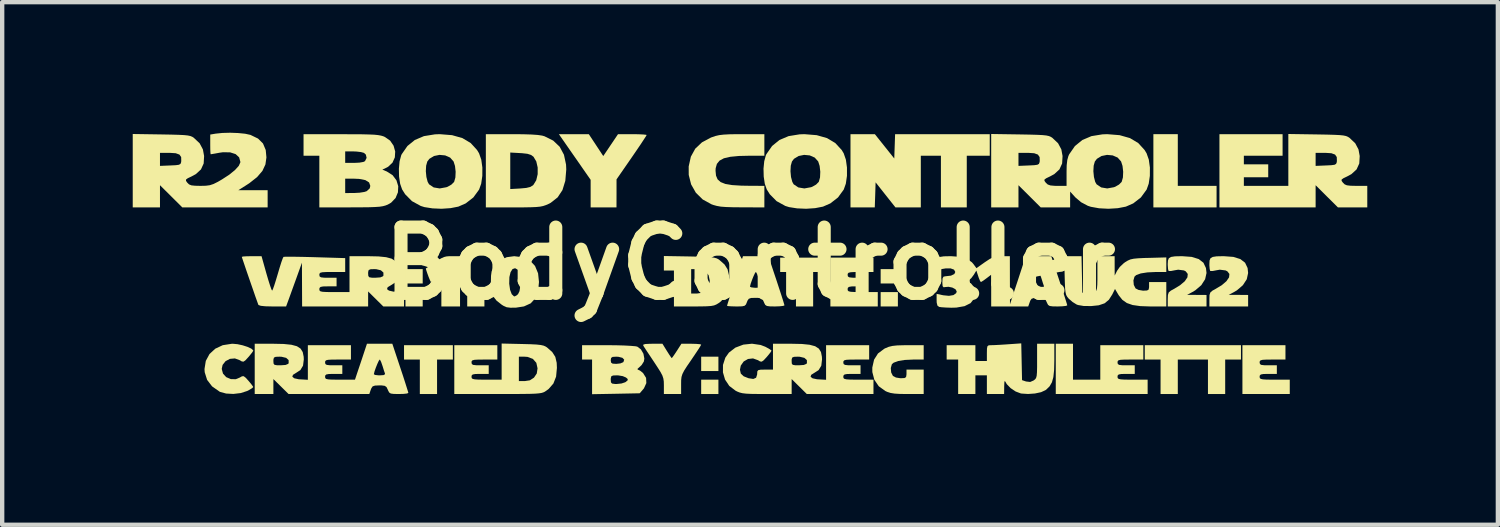
<source format=kicad_pcb>
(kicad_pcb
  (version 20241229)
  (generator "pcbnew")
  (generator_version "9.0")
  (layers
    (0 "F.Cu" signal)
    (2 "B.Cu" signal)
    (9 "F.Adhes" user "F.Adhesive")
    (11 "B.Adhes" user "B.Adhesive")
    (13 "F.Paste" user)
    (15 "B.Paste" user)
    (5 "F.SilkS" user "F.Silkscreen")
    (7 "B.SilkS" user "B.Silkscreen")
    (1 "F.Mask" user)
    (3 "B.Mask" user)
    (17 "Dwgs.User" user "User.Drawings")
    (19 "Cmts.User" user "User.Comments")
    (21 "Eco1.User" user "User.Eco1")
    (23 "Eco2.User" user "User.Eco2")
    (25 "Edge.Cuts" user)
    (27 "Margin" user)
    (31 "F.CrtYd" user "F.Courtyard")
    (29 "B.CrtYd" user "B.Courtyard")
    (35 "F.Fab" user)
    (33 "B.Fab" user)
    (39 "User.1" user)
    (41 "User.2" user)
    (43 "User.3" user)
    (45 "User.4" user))
  (footprint "BodyController"
    (layer "F.Cu")
    (at 14.184 3.002)
    (property "Reference" "BodyController" (at 0 0 0) (layer "F.SilkS") (effects (font (size 1.524 1.524) (thickness 0.3))))
    (attr board_only exclude_from_pos_files exclude_from_bom)
    (fp_poly (pts (xy -7.521 0.462) (xy -7.917 0.462) (xy -7.917 0.132) (xy -7.521 0.132)) (stroke (width 0) (type solid)) (fill yes) (layer "F.SilkS"))
    (fp_poly (pts (xy -7.521 0.99) (xy -7.917 0.99) (xy -7.917 0.66) (xy -7.521 0.66)) (stroke (width 0) (type solid)) (fill yes) (layer "F.SilkS"))
    (fp_poly (pts (xy -6.103 0.99) (xy -6.498 0.99) (xy -6.498 0.66) (xy -6.103 0.66)) (stroke (width 0) (type solid)) (fill yes) (layer "F.SilkS"))
    (fp_poly (pts (xy -0.726 2.474) (xy -1.122 2.474) (xy -1.122 2.144) (xy -0.726 2.144)) (stroke (width 0) (type solid)) (fill yes) (layer "F.SilkS"))
    (fp_poly (pts (xy -0.726 3.002) (xy -1.122 3.002) (xy -1.122 2.672) (xy -0.726 2.672)) (stroke (width 0) (type solid)) (fill yes) (layer "F.SilkS"))
    (fp_poly (pts (xy 3.398 0.462) (xy 3.002 0.462) (xy 3.002 0.132) (xy 3.398 0.132)) (stroke (width 0) (type solid)) (fill yes) (layer "F.SilkS"))
    (fp_poly (pts (xy 3.398 0.99) (xy 3.002 0.99) (xy 3.002 0.66) (xy 3.398 0.66)) (stroke (width 0) (type solid)) (fill yes) (layer "F.SilkS"))
    (fp_poly (pts (xy 9.83 -1.781) (xy 10.721 -1.781) (xy 10.721 -1.286) (xy 9.269 -1.286) (xy 9.269 -2.969) (xy 9.83 -2.969)) (stroke (width 0) (type solid)) (fill yes) (layer "F.SilkS"))
    (fp_poly (pts (xy -6.828 2.21) (xy -7.191 2.21) (xy -7.191 3.002) (xy -7.587 3.002) (xy -7.587 2.21) (xy -7.95 2.21) (xy -7.95 1.88) (xy -6.828 1.88)) (stroke (width 0) (type solid)) (fill yes) (layer "F.SilkS"))
    (fp_poly (pts (xy 1.814 0.198) (xy 1.451 0.198) (xy 1.451 0.99) (xy 1.056 0.99) (xy 1.056 0.198) (xy 0.693 0.198) (xy 0.693 -0.132) (xy 1.814 -0.132)) (stroke (width 0) (type solid)) (fill yes) (layer "F.SilkS"))
    (fp_poly (pts (xy 11.282 2.21) (xy 10.919 2.21) (xy 10.919 3.002) (xy 10.523 3.002) (xy 10.523 2.21) (xy 9.83 2.21) (xy 9.83 3.002) (xy 9.434 3.002) (xy 9.434 2.21) (xy 9.071 2.21) (xy 9.071 1.88) (xy 11.282 1.88)) (stroke (width 0) (type solid)) (fill yes) (layer "F.SilkS"))
    (fp_poly (pts (xy 3.315 -2.41) (xy 3.334 -2.969) (xy 5.509 -2.969) (xy 5.509 -2.474) (xy 4.981 -2.474) (xy 4.981 -1.286) (xy 4.387 -1.286) (xy 4.387 -2.474) (xy 3.925 -2.474) (xy 3.925 -1.286) (xy 3.342 -1.286) (xy 3.114 -1.574) (xy 2.886 -1.862) (xy 2.877 -1.574) (xy 2.867 -1.286) (xy 2.309 -1.286) (xy 2.309 -2.969) (xy 2.869 -2.969)) (stroke (width 0) (type solid)) (fill yes) (layer "F.SilkS"))
    (fp_poly (pts (xy -6.663 0.99) (xy -7.092 0.99) (xy -7.092 0.261) (xy -7.209 0.349) (xy -7.28 0.4) (xy -7.327 0.425) (xy -7.335 0.425) (xy -7.355 0.385) (xy -7.385 0.312) (xy -7.416 0.227) (xy -7.44 0.155) (xy -7.449 0.118) (xy -7.448 0.117) (xy -7.292 0.009) (xy -7.178 -0.067) (xy -7.095 -0.117) (xy -7.031 -0.146) (xy -6.974 -0.16) (xy -6.912 -0.165) (xy -6.852 -0.165) (xy -6.663 -0.165)) (stroke (width 0) (type solid)) (fill yes) (layer "F.SilkS"))
    (fp_poly (pts (xy -3.538 -2.718) (xy -3.372 -2.466) (xy -3.033 -2.969) (xy -2.704 -2.969) (xy -2.566 -2.967) (xy -2.456 -2.962) (xy -2.389 -2.955) (xy -2.375 -2.95) (xy -2.393 -2.918) (xy -2.443 -2.841) (xy -2.518 -2.727) (xy -2.614 -2.586) (xy -2.721 -2.43) (xy -3.067 -1.93) (xy -3.067 -1.608) (xy -3.068 -1.286) (xy -3.662 -1.286) (xy -3.662 -1.92) (xy -3.843 -2.18) (xy -3.951 -2.336) (xy -4.074 -2.512) (xy -4.188 -2.676) (xy -4.208 -2.705) (xy -4.392 -2.969) (xy -3.704 -2.969)) (stroke (width 0) (type solid)) (fill yes) (layer "F.SilkS"))
    (fp_poly (pts (xy 2.837 0.198) (xy 2.54 0.198) (xy 2.399 0.199) (xy 2.311 0.204) (xy 2.264 0.216) (xy 2.246 0.238) (xy 2.243 0.264) (xy 2.25 0.301) (xy 2.282 0.321) (xy 2.353 0.329) (xy 2.441 0.33) (xy 2.639 0.33) (xy 2.639 0.528) (xy 2.441 0.528) (xy 2.33 0.53) (xy 2.271 0.541) (xy 2.247 0.565) (xy 2.243 0.594) (xy 2.247 0.623) (xy 2.268 0.642) (xy 2.317 0.653) (xy 2.406 0.658) (xy 2.546 0.66) (xy 2.589 0.66) (xy 2.936 0.66) (xy 2.936 0.99) (xy 1.847 0.99) (xy 1.847 -0.132) (xy 2.837 -0.132)) (stroke (width 0) (type solid)) (fill yes) (layer "F.SilkS"))
    (fp_poly (pts (xy 12.304 2.21) (xy 12.007 2.21) (xy 11.866 2.211) (xy 11.779 2.216) (xy 11.732 2.228) (xy 11.713 2.25) (xy 11.71 2.276) (xy 11.718 2.313) (xy 11.749 2.333) (xy 11.821 2.341) (xy 11.908 2.342) (xy 12.106 2.342) (xy 12.106 2.54) (xy 11.908 2.54) (xy 11.798 2.542) (xy 11.738 2.553) (xy 11.714 2.577) (xy 11.71 2.606) (xy 11.715 2.635) (xy 11.736 2.654) (xy 11.784 2.665) (xy 11.873 2.671) (xy 12.013 2.672) (xy 12.057 2.672) (xy 12.403 2.672) (xy 12.403 3.002) (xy 11.315 3.002) (xy 11.315 1.88) (xy 12.304 1.88)) (stroke (width 0) (type solid)) (fill yes) (layer "F.SilkS"))
    (fp_poly (pts (xy 7.422 2.672) (xy 8.049 2.672) (xy 8.049 1.88) (xy 9.038 1.88) (xy 9.038 2.21) (xy 8.742 2.21) (xy 8.601 2.211) (xy 8.513 2.216) (xy 8.466 2.228) (xy 8.448 2.25) (xy 8.445 2.276) (xy 8.452 2.313) (xy 8.484 2.333) (xy 8.555 2.341) (xy 8.643 2.342) (xy 8.841 2.342) (xy 8.841 2.54) (xy 8.643 2.54) (xy 8.532 2.542) (xy 8.472 2.553) (xy 8.448 2.577) (xy 8.445 2.606) (xy 8.449 2.635) (xy 8.47 2.654) (xy 8.519 2.665) (xy 8.607 2.671) (xy 8.748 2.672) (xy 8.791 2.672) (xy 9.137 2.672) (xy 9.137 3.002) (xy 7.026 3.002) (xy 7.026 1.847) (xy 7.422 1.847)) (stroke (width 0) (type solid)) (fill yes) (layer "F.SilkS"))
    (fp_poly (pts (xy 10.149 -0.149) (xy 10.311 -0.099) (xy 10.419 -0.015) (xy 10.477 0.107) (xy 10.49 0.221) (xy 10.458 0.364) (xy 10.37 0.501) (xy 10.232 0.619) (xy 10.163 0.66) (xy 10.045 0.723) (xy 10.49 0.726) (xy 10.49 0.99) (xy 9.599 0.99) (xy 9.599 0.825) (xy 9.603 0.726) (xy 9.622 0.667) (xy 9.671 0.626) (xy 9.727 0.596) (xy 9.881 0.503) (xy 9.991 0.41) (xy 10.051 0.321) (xy 10.059 0.243) (xy 10.011 0.182) (xy 9.971 0.162) (xy 9.839 0.145) (xy 9.758 0.159) (xy 9.675 0.175) (xy 9.623 0.175) (xy 9.617 0.172) (xy 9.606 0.131) (xy 9.6 0.049) (xy 9.599 0.015) (xy 9.604 -0.067) (xy 9.625 -0.119) (xy 9.675 -0.148) (xy 9.766 -0.162) (xy 9.909 -0.165) (xy 9.933 -0.165)) (stroke (width 0) (type solid)) (fill yes) (layer "F.SilkS"))
    (fp_poly (pts (xy 11.106 -0.149) (xy 11.267 -0.099) (xy 11.376 -0.015) (xy 11.434 0.107) (xy 11.446 0.221) (xy 11.415 0.364) (xy 11.326 0.501) (xy 11.189 0.619) (xy 11.12 0.66) (xy 11.001 0.723) (xy 11.224 0.724) (xy 11.446 0.726) (xy 11.446 0.99) (xy 10.556 0.99) (xy 10.556 0.825) (xy 10.559 0.726) (xy 10.579 0.667) (xy 10.627 0.626) (xy 10.683 0.596) (xy 10.838 0.503) (xy 10.947 0.41) (xy 11.008 0.321) (xy 11.016 0.243) (xy 10.968 0.182) (xy 10.928 0.162) (xy 10.795 0.145) (xy 10.715 0.159) (xy 10.632 0.175) (xy 10.579 0.175) (xy 10.574 0.172) (xy 10.563 0.131) (xy 10.556 0.049) (xy 10.556 0.015) (xy 10.56 -0.067) (xy 10.582 -0.119) (xy 10.632 -0.148) (xy 10.722 -0.162) (xy 10.865 -0.165) (xy 10.889 -0.165)) (stroke (width 0) (type solid)) (fill yes) (layer "F.SilkS"))
    (fp_poly (pts (xy 3.991 2.21) (xy 3.752 2.21) (xy 3.557 2.219) (xy 3.403 2.244) (xy 3.299 2.283) (xy 3.26 2.317) (xy 3.235 2.405) (xy 3.244 2.507) (xy 3.284 2.586) (xy 3.285 2.587) (xy 3.354 2.623) (xy 3.454 2.639) (xy 3.466 2.639) (xy 3.55 2.635) (xy 3.586 2.613) (xy 3.595 2.558) (xy 3.596 2.54) (xy 3.596 2.441) (xy 3.991 2.441) (xy 3.991 3.002) (xy 3.62 3.002) (xy 3.446 3) (xy 3.321 2.992) (xy 3.228 2.977) (xy 3.151 2.952) (xy 3.108 2.932) (xy 2.958 2.823) (xy 2.857 2.675) (xy 2.811 2.498) (xy 2.81 2.395) (xy 2.851 2.212) (xy 2.941 2.07) (xy 3.085 1.962) (xy 3.111 1.949) (xy 3.189 1.917) (xy 3.273 1.897) (xy 3.382 1.885) (xy 3.532 1.881) (xy 3.622 1.88) (xy 3.991 1.88)) (stroke (width 0) (type solid)) (fill yes) (layer "F.SilkS"))
    (fp_poly (pts (xy -1.388 -0.159) (xy -1.174 -0.154) (xy -1.015 -0.149) (xy -0.901 -0.142) (xy -0.823 -0.131) (xy -0.768 -0.116) (xy -0.726 -0.095) (xy -0.705 -0.08) (xy -0.586 0.025) (xy -0.516 0.136) (xy -0.483 0.273) (xy -0.478 0.39) (xy -0.498 0.591) (xy -0.559 0.749) (xy -0.668 0.873) (xy -0.724 0.915) (xy -0.774 0.945) (xy -0.826 0.966) (xy -0.895 0.979) (xy -0.994 0.986) (xy -1.135 0.989) (xy -1.291 0.99) (xy -1.748 0.99) (xy -1.748 0.693) (xy -1.352 0.693) (xy -1.219 0.693) (xy -1.099 0.675) (xy -1.008 0.615) (xy -1.005 0.612) (xy -0.942 0.518) (xy -0.924 0.4) (xy -0.951 0.272) (xy -1.03 0.183) (xy -1.155 0.137) (xy -1.225 0.132) (xy -1.352 0.132) (xy -1.352 0.693) (xy -1.748 0.693) (xy -1.748 0.165) (xy -1.979 0.165) (xy -1.979 -0.169)) (stroke (width 0) (type solid)) (fill yes) (layer "F.SilkS"))
    (fp_poly (pts (xy 0.33 -2.474) (xy 0.005 -2.474) (xy -0.254 -2.468) (xy -0.453 -2.449) (xy -0.6 -2.415) (xy -0.7 -2.361) (xy -0.761 -2.286) (xy -0.789 -2.187) (xy -0.792 -2.128) (xy -0.781 -2.016) (xy -0.745 -1.931) (xy -0.675 -1.868) (xy -0.566 -1.825) (xy -0.41 -1.799) (xy -0.201 -1.786) (xy -0.025 -1.783) (xy 0.33 -1.781) (xy 0.33 -1.286) (xy -0.19 -1.288) (xy -0.398 -1.29) (xy -0.554 -1.295) (xy -0.671 -1.304) (xy -0.762 -1.32) (xy -0.842 -1.342) (xy -0.886 -1.358) (xy -1.086 -1.468) (xy -1.244 -1.623) (xy -1.353 -1.815) (xy -1.408 -2.033) (xy -1.409 -2.228) (xy -1.359 -2.452) (xy -1.258 -2.636) (xy -1.104 -2.781) (xy -0.896 -2.892) (xy -0.873 -2.9) (xy -0.791 -2.928) (xy -0.707 -2.947) (xy -0.605 -2.959) (xy -0.472 -2.966) (xy -0.294 -2.969) (xy -0.18 -2.969) (xy 0.33 -2.969)) (stroke (width 0) (type solid)) (fill yes) (layer "F.SilkS"))
    (fp_poly (pts (xy -1.91 2.012) (xy -1.854 2.1) (xy -1.813 2.16) (xy -1.798 2.177) (xy -1.777 2.152) (xy -1.731 2.086) (xy -1.682 2.012) (xy -1.576 1.847) (xy -1.349 1.847) (xy -1.236 1.85) (xy -1.155 1.857) (xy -1.122 1.866) (xy -1.122 1.867) (xy -1.139 1.9) (xy -1.187 1.976) (xy -1.259 2.084) (xy -1.346 2.213) (xy -1.352 2.222) (xy -1.449 2.363) (xy -1.514 2.465) (xy -1.553 2.542) (xy -1.574 2.609) (xy -1.582 2.682) (xy -1.583 2.775) (xy -1.583 2.78) (xy -1.583 3.002) (xy -1.979 3.002) (xy -1.979 2.803) (xy -1.981 2.716) (xy -1.991 2.646) (xy -2.014 2.576) (xy -2.058 2.493) (xy -2.129 2.381) (xy -2.204 2.267) (xy -2.293 2.133) (xy -2.37 2.018) (xy -2.426 1.932) (xy -2.453 1.889) (xy -2.454 1.889) (xy -2.451 1.866) (xy -2.404 1.853) (xy -2.304 1.848) (xy -2.245 1.847) (xy -2.012 1.847)) (stroke (width 0) (type solid)) (fill yes) (layer "F.SilkS"))
    (fp_poly (pts (xy -5.213 -2.967) (xy -5.021 -2.961) (xy -4.878 -2.951) (xy -4.776 -2.936) (xy -4.723 -2.921) (xy -4.522 -2.821) (xy -4.373 -2.679) (xy -4.275 -2.496) (xy -4.227 -2.27) (xy -4.222 -2.158) (xy -4.244 -1.897) (xy -4.31 -1.683) (xy -4.421 -1.516) (xy -4.579 -1.392) (xy -4.631 -1.365) (xy -4.694 -1.338) (xy -4.754 -1.318) (xy -4.823 -1.304) (xy -4.912 -1.295) (xy -5.032 -1.29) (xy -5.195 -1.287) (xy -5.412 -1.287) (xy -5.435 -1.287) (xy -6.07 -1.286) (xy -6.07 -2.547) (xy -5.509 -2.547) (xy -5.509 -1.708) (xy -5.278 -1.721) (xy -5.14 -1.734) (xy -5.049 -1.756) (xy -4.988 -1.793) (xy -4.977 -1.804) (xy -4.912 -1.91) (xy -4.879 -2.05) (xy -4.879 -2.203) (xy -4.911 -2.343) (xy -4.975 -2.45) (xy -4.976 -2.451) (xy -5.033 -2.492) (xy -5.115 -2.518) (xy -5.239 -2.532) (xy -5.278 -2.534) (xy -5.509 -2.547) (xy -6.07 -2.547) (xy -6.07 -2.969) (xy -5.463 -2.969)) (stroke (width 0) (type solid)) (fill yes) (layer "F.SilkS"))
    (fp_poly (pts (xy -5.215 -0.14) (xy -5.055 -0.064) (xy -4.94 0.059) (xy -4.87 0.228) (xy -4.849 0.427) (xy -4.869 0.639) (xy -4.932 0.802) (xy -5.039 0.918) (xy -5.194 0.989) (xy -5.376 1.017) (xy -5.504 1.019) (xy -5.592 1.008) (xy -5.664 0.976) (xy -5.704 0.951) (xy -5.823 0.857) (xy -5.899 0.761) (xy -5.939 0.643) (xy -5.954 0.485) (xy -5.954 0.463) (xy -5.533 0.463) (xy -5.533 0.467) (xy -5.513 0.608) (xy -5.475 0.708) (xy -5.425 0.756) (xy -5.408 0.759) (xy -5.366 0.738) (xy -5.33 0.707) (xy -5.297 0.639) (xy -5.279 0.53) (xy -5.275 0.402) (xy -5.286 0.279) (xy -5.31 0.184) (xy -5.331 0.149) (xy -5.398 0.111) (xy -5.457 0.131) (xy -5.502 0.202) (xy -5.529 0.315) (xy -5.533 0.463) (xy -5.954 0.463) (xy -5.954 0.429) (xy -5.951 0.285) (xy -5.938 0.188) (xy -5.911 0.117) (xy -5.885 0.077) (xy -5.75 -0.063) (xy -5.591 -0.142) (xy -5.418 -0.165)) (stroke (width 0) (type solid)) (fill yes) (layer "F.SilkS"))
    (fp_poly (pts (xy -11.776 1.857) (xy -11.657 1.883) (xy -11.545 1.919) (xy -11.459 1.959) (xy -11.417 1.997) (xy -11.415 2.007) (xy -11.436 2.042) (xy -11.488 2.108) (xy -11.528 2.155) (xy -11.595 2.228) (xy -11.638 2.258) (xy -11.678 2.253) (xy -11.725 2.225) (xy -11.836 2.184) (xy -11.951 2.194) (xy -12.051 2.247) (xy -12.119 2.333) (xy -12.139 2.425) (xy -12.11 2.533) (xy -12.036 2.614) (xy -11.932 2.659) (xy -11.817 2.662) (xy -11.725 2.624) (xy -11.672 2.594) (xy -11.633 2.593) (xy -11.588 2.628) (xy -11.528 2.694) (xy -11.464 2.77) (xy -11.423 2.826) (xy -11.415 2.842) (xy -11.441 2.868) (xy -11.509 2.909) (xy -11.556 2.933) (xy -11.702 2.98) (xy -11.872 3) (xy -12.038 2.991) (xy -12.175 2.954) (xy -12.189 2.947) (xy -12.361 2.826) (xy -12.475 2.677) (xy -12.53 2.502) (xy -12.535 2.428) (xy -12.505 2.241) (xy -12.42 2.083) (xy -12.288 1.961) (xy -12.116 1.88) (xy -11.911 1.848) (xy -11.887 1.847)) (stroke (width 0) (type solid)) (fill yes) (layer "F.SilkS"))
    (fp_poly (pts (xy 6.242 2.26) (xy 6.251 2.683) (xy 6.343 2.714) (xy 6.438 2.725) (xy 6.516 2.691) (xy 6.55 2.665) (xy 6.573 2.634) (xy 6.587 2.585) (xy 6.594 2.505) (xy 6.597 2.382) (xy 6.597 2.242) (xy 6.597 1.847) (xy 6.993 1.847) (xy 6.993 2.235) (xy 6.988 2.45) (xy 6.971 2.612) (xy 6.938 2.732) (xy 6.885 2.824) (xy 6.809 2.899) (xy 6.788 2.914) (xy 6.688 2.96) (xy 6.547 2.99) (xy 6.389 3.001) (xy 6.237 2.991) (xy 6.221 2.988) (xy 6.104 2.944) (xy 5.989 2.867) (xy 5.9 2.775) (xy 5.871 2.724) (xy 5.854 2.7) (xy 5.845 2.733) (xy 5.841 2.826) (xy 5.841 2.829) (xy 5.839 3.002) (xy 5.443 3.002) (xy 5.443 2.573) (xy 5.179 2.573) (xy 5.179 3.002) (xy 4.783 3.002) (xy 4.783 2.21) (xy 4.519 2.21) (xy 4.519 1.88) (xy 5.179 1.88) (xy 5.179 2.243) (xy 5.443 2.243) (xy 5.443 2.062) (xy 5.445 1.958) (xy 5.456 1.904) (xy 5.484 1.883) (xy 5.537 1.88) (xy 5.612 1.878) (xy 5.731 1.872) (xy 5.874 1.863) (xy 5.932 1.859) (xy 6.233 1.838)) (stroke (width 0) (type solid)) (fill yes) (layer "F.SilkS"))
    (fp_poly (pts (xy -6.846 -2.946) (xy -6.609 -2.879) (xy -6.418 -2.765) (xy -6.272 -2.605) (xy -6.226 -2.529) (xy -6.175 -2.384) (xy -6.15 -2.203) (xy -6.151 -2.011) (xy -6.177 -1.831) (xy -6.225 -1.696) (xy -6.357 -1.515) (xy -6.533 -1.378) (xy -6.702 -1.304) (xy -6.882 -1.269) (xy -7.088 -1.255) (xy -7.297 -1.264) (xy -7.482 -1.293) (xy -7.567 -1.32) (xy -7.768 -1.43) (xy -7.924 -1.588) (xy -7.994 -1.699) (xy -8.039 -1.828) (xy -8.064 -1.995) (xy -8.067 -2.118) (xy -7.449 -2.118) (xy -7.436 -1.985) (xy -7.407 -1.873) (xy -7.375 -1.817) (xy -7.268 -1.745) (xy -7.13 -1.722) (xy -6.976 -1.75) (xy -6.945 -1.762) (xy -6.86 -1.811) (xy -6.801 -1.87) (xy -6.798 -1.875) (xy -6.77 -1.974) (xy -6.764 -2.105) (xy -6.779 -2.239) (xy -6.812 -2.342) (xy -6.891 -2.431) (xy -7.005 -2.481) (xy -7.135 -2.493) (xy -7.262 -2.467) (xy -7.367 -2.403) (xy -7.415 -2.341) (xy -7.442 -2.245) (xy -7.449 -2.118) (xy -8.067 -2.118) (xy -8.068 -2.175) (xy -8.052 -2.346) (xy -8.015 -2.483) (xy -8.004 -2.507) (xy -7.872 -2.697) (xy -7.702 -2.835) (xy -7.493 -2.924) (xy -7.239 -2.965) (xy -7.13 -2.969)) (stroke (width 0) (type solid)) (fill yes) (layer "F.SilkS"))
    (fp_poly (pts (xy 1.533 -2.946) (xy 1.769 -2.879) (xy 1.96 -2.765) (xy 2.107 -2.605) (xy 2.153 -2.529) (xy 2.203 -2.384) (xy 2.228 -2.203) (xy 2.228 -2.011) (xy 2.202 -1.831) (xy 2.154 -1.696) (xy 2.022 -1.515) (xy 1.846 -1.378) (xy 1.677 -1.304) (xy 1.497 -1.269) (xy 1.29 -1.255) (xy 1.082 -1.264) (xy 0.897 -1.293) (xy 0.811 -1.32) (xy 0.611 -1.43) (xy 0.455 -1.588) (xy 0.385 -1.699) (xy 0.34 -1.828) (xy 0.315 -1.995) (xy 0.312 -2.118) (xy 0.93 -2.118) (xy 0.942 -1.985) (xy 0.972 -1.873) (xy 1.003 -1.817) (xy 1.111 -1.745) (xy 1.249 -1.722) (xy 1.403 -1.75) (xy 1.433 -1.762) (xy 1.519 -1.811) (xy 1.577 -1.87) (xy 1.581 -1.875) (xy 1.609 -1.974) (xy 1.615 -2.105) (xy 1.6 -2.239) (xy 1.567 -2.342) (xy 1.487 -2.431) (xy 1.373 -2.481) (xy 1.243 -2.493) (xy 1.116 -2.467) (xy 1.011 -2.403) (xy 0.964 -2.341) (xy 0.937 -2.245) (xy 0.93 -2.118) (xy 0.312 -2.118) (xy 0.31 -2.175) (xy 0.327 -2.346) (xy 0.364 -2.483) (xy 0.375 -2.507) (xy 0.507 -2.697) (xy 0.676 -2.835) (xy 0.886 -2.924) (xy 1.139 -2.965) (xy 1.249 -2.969)) (stroke (width 0) (type solid)) (fill yes) (layer "F.SilkS"))
    (fp_poly (pts (xy 0.608 0.388) (xy 0.667 0.568) (xy 0.719 0.726) (xy 0.759 0.852) (xy 0.784 0.936) (xy 0.792 0.965) (xy 0.762 0.977) (xy 0.683 0.986) (xy 0.574 0.99) (xy 0.457 0.988) (xy 0.389 0.979) (xy 0.351 0.955) (xy 0.327 0.91) (xy 0.32 0.891) (xy 0.291 0.831) (xy 0.25 0.802) (xy 0.175 0.792) (xy 0.123 0.792) (xy 0.025 0.795) (xy -0.028 0.814) (xy -0.058 0.857) (xy -0.071 0.891) (xy -0.093 0.944) (xy -0.124 0.974) (xy -0.182 0.987) (xy -0.283 0.99) (xy -0.317 0.99) (xy -0.425 0.987) (xy -0.501 0.982) (xy -0.528 0.975) (xy -0.518 0.94) (xy -0.491 0.853) (xy -0.45 0.724) (xy -0.398 0.562) (xy -0.39 0.536) (xy -0.000163 0.536) (xy 0.029 0.551) (xy 0.103 0.56) (xy 0.135 0.561) (xy 0.223 0.555) (xy 0.255 0.535) (xy 0.253 0.515) (xy 0.233 0.455) (xy 0.204 0.364) (xy 0.195 0.333) (xy 0.166 0.251) (xy 0.14 0.203) (xy 0.133 0.198) (xy 0.113 0.226) (xy 0.081 0.294) (xy 0.046 0.382) (xy 0.016 0.467) (xy 0.000485 0.528) (xy -0.000163 0.536) (xy -0.39 0.536) (xy -0.345 0.397) (xy -0.162 -0.165) (xy 0.423 -0.165)) (stroke (width 0) (type solid)) (fill yes) (layer "F.SilkS"))
    (fp_poly (pts (xy 13.028 -2.963) (xy 13.254 -2.959) (xy 13.424 -2.954) (xy 13.548 -2.948) (xy 13.635 -2.939) (xy 13.696 -2.926) (xy 13.739 -2.908) (xy 13.775 -2.885) (xy 13.776 -2.884) (xy 13.907 -2.76) (xy 13.982 -2.619) (xy 14.01 -2.467) (xy 14 -2.295) (xy 13.938 -2.159) (xy 13.82 -2.051) (xy 13.726 -2) (xy 13.635 -1.956) (xy 13.594 -1.926) (xy 13.594 -1.896) (xy 13.625 -1.854) (xy 13.664 -1.816) (xy 13.716 -1.794) (xy 13.799 -1.784) (xy 13.929 -1.781) (xy 13.934 -1.781) (xy 14.184 -1.781) (xy 14.184 -1.286) (xy 13.51 -1.286) (xy 13.253 -1.541) (xy 12.997 -1.796) (xy 12.997 -1.286) (xy 10.787 -1.286) (xy 10.787 -2.969) (xy 12.238 -2.969) (xy 12.238 -2.474) (xy 11.348 -2.474) (xy 11.348 -2.276) (xy 11.908 -2.276) (xy 11.908 -1.979) (xy 11.348 -1.979) (xy 11.348 -1.781) (xy 12.37 -1.781) (xy 12.37 -2.24) (xy 12.997 -2.24) (xy 13.236 -2.25) (xy 13.359 -2.256) (xy 13.432 -2.266) (xy 13.467 -2.286) (xy 13.482 -2.322) (xy 13.486 -2.352) (xy 13.483 -2.443) (xy 13.444 -2.5) (xy 13.359 -2.531) (xy 13.219 -2.54) (xy 13.207 -2.54) (xy 12.997 -2.54) (xy 12.997 -2.24) (xy 12.37 -2.24) (xy 12.37 -2.973)) (stroke (width 0) (type solid)) (fill yes) (layer "F.SilkS"))
    (fp_poly (pts (xy -3.071 1.882) (xy -2.892 1.887) (xy -2.743 1.895) (xy -2.637 1.904) (xy -2.59 1.913) (xy -2.507 1.976) (xy -2.449 2.076) (xy -2.428 2.188) (xy -2.439 2.255) (xy -2.49 2.336) (xy -2.545 2.388) (xy -2.586 2.425) (xy -2.58 2.441) (xy -2.579 2.441) (xy -2.529 2.463) (xy -2.463 2.515) (xy -2.456 2.522) (xy -2.388 2.631) (xy -2.382 2.751) (xy -2.437 2.871) (xy -2.455 2.893) (xy -2.534 2.985) (xy -3.081 2.996) (xy -3.629 3.006) (xy -3.629 2.672) (xy -3.2 2.672) (xy -3.195 2.734) (xy -3.169 2.762) (xy -3.103 2.771) (xy -3.058 2.771) (xy -2.953 2.76) (xy -2.868 2.732) (xy -2.851 2.721) (xy -2.807 2.682) (xy -2.815 2.652) (xy -2.851 2.622) (xy -2.924 2.591) (xy -3.027 2.574) (xy -3.058 2.573) (xy -3.146 2.576) (xy -3.187 2.594) (xy -3.199 2.64) (xy -3.2 2.672) (xy -3.629 2.672) (xy -3.629 2.227) (xy -3.2 2.227) (xy -3.192 2.28) (xy -3.157 2.304) (xy -3.076 2.309) (xy -3.072 2.309) (xy -2.98 2.299) (xy -2.915 2.272) (xy -2.908 2.265) (xy -2.891 2.212) (xy -2.932 2.17) (xy -3.021 2.147) (xy -3.074 2.144) (xy -3.157 2.149) (xy -3.192 2.173) (xy -3.2 2.227) (xy -3.629 2.227) (xy -3.629 2.21) (xy -3.859 2.21) (xy -3.859 1.88) (xy -3.268 1.88)) (stroke (width 0) (type solid)) (fill yes) (layer "F.SilkS"))
    (fp_poly (pts (xy -9.393 -2.968) (xy -9.126 -2.967) (xy -8.917 -2.966) (xy -8.756 -2.962) (xy -8.636 -2.957) (xy -8.547 -2.948) (xy -8.48 -2.936) (xy -8.428 -2.921) (xy -8.393 -2.906) (xy -8.27 -2.821) (xy -8.19 -2.704) (xy -8.153 -2.571) (xy -8.161 -2.436) (xy -8.215 -2.315) (xy -8.315 -2.22) (xy -8.346 -2.203) (xy -8.448 -2.154) (xy -8.347 -2.112) (xy -8.212 -2.026) (xy -8.124 -1.908) (xy -8.083 -1.773) (xy -8.09 -1.633) (xy -8.144 -1.502) (xy -8.248 -1.394) (xy -8.323 -1.351) (xy -8.376 -1.33) (xy -8.436 -1.314) (xy -8.513 -1.302) (xy -8.617 -1.295) (xy -8.758 -1.29) (xy -8.945 -1.288) (xy -9.179 -1.287) (xy -9.896 -1.286) (xy -9.896 -1.946) (xy -9.302 -1.946) (xy -9.302 -1.616) (xy -9.096 -1.617) (xy -8.972 -1.624) (xy -8.863 -1.641) (xy -8.808 -1.659) (xy -8.738 -1.724) (xy -8.725 -1.781) (xy -8.753 -1.86) (xy -8.838 -1.913) (xy -8.981 -1.941) (xy -9.096 -1.946) (xy -9.302 -1.946) (xy -9.896 -1.946) (xy -9.896 -2.309) (xy -9.302 -2.309) (xy -9.095 -2.309) (xy -8.975 -2.315) (xy -8.884 -2.331) (xy -8.847 -2.349) (xy -8.81 -2.424) (xy -8.827 -2.499) (xy -8.871 -2.539) (xy -8.94 -2.558) (xy -9.045 -2.57) (xy -9.119 -2.573) (xy -9.302 -2.573) (xy -9.302 -2.309) (xy -9.896 -2.309) (xy -9.896 -2.474) (xy -10.259 -2.474) (xy -10.259 -2.969)) (stroke (width 0) (type solid)) (fill yes) (layer "F.SilkS"))
    (fp_poly (pts (xy -5.231 1.853) (xy -5.039 1.858) (xy -4.902 1.865) (xy -4.806 1.876) (xy -4.74 1.891) (xy -4.692 1.913) (xy -4.664 1.932) (xy -4.545 2.037) (xy -4.474 2.148) (xy -4.442 2.285) (xy -4.437 2.402) (xy -4.456 2.603) (xy -4.518 2.761) (xy -4.626 2.885) (xy -4.683 2.927) (xy -4.716 2.949) (xy -4.75 2.965) (xy -4.794 2.978) (xy -4.855 2.987) (xy -4.94 2.994) (xy -5.058 2.998) (xy -5.216 3) (xy -5.421 3.002) (xy -5.682 3.002) (xy -5.794 3.002) (xy -6.795 3.002) (xy -6.795 2.705) (xy -5.311 2.705) (xy -5.177 2.705) (xy -5.058 2.687) (xy -4.966 2.627) (xy -4.963 2.624) (xy -4.9 2.531) (xy -4.882 2.412) (xy -4.91 2.285) (xy -4.989 2.195) (xy -5.113 2.149) (xy -5.183 2.144) (xy -5.311 2.144) (xy -5.311 2.705) (xy -6.795 2.705) (xy -6.795 1.88) (xy -5.806 1.88) (xy -5.806 2.21) (xy -6.103 2.21) (xy -6.244 2.211) (xy -6.331 2.216) (xy -6.378 2.228) (xy -6.397 2.25) (xy -6.399 2.276) (xy -6.392 2.313) (xy -6.361 2.333) (xy -6.289 2.341) (xy -6.202 2.342) (xy -6.004 2.342) (xy -6.004 2.54) (xy -6.202 2.54) (xy -6.312 2.542) (xy -6.372 2.553) (xy -6.396 2.577) (xy -6.399 2.606) (xy -6.395 2.635) (xy -6.374 2.654) (xy -6.325 2.665) (xy -6.237 2.671) (xy -6.097 2.672) (xy -6.053 2.672) (xy -5.707 2.672) (xy -5.707 1.842)) (stroke (width 0) (type solid)) (fill yes) (layer "F.SilkS"))
    (fp_poly (pts (xy 7.627 0.253) (xy 7.636 0.671) (xy 7.728 0.701) (xy 7.823 0.713) (xy 7.901 0.679) (xy 7.936 0.653) (xy 7.959 0.622) (xy 7.973 0.573) (xy 7.98 0.493) (xy 7.983 0.37) (xy 7.983 0.23) (xy 7.983 -0.165) (xy 8.379 -0.165) (xy 8.379 0.058) (xy 8.38 0.28) (xy 8.435 0.17) (xy 8.497 0.082) (xy 8.588 -0.004) (xy 8.621 -0.028) (xy 8.682 -0.065) (xy 8.742 -0.091) (xy 8.816 -0.107) (xy 8.918 -0.117) (xy 9.064 -0.124) (xy 9.16 -0.126) (xy 9.566 -0.137) (xy 9.566 0.198) (xy 9.327 0.198) (xy 9.132 0.207) (xy 8.978 0.231) (xy 8.873 0.27) (xy 8.835 0.305) (xy 8.81 0.393) (xy 8.819 0.495) (xy 8.859 0.574) (xy 8.859 0.575) (xy 8.928 0.61) (xy 9.029 0.627) (xy 9.041 0.627) (xy 9.124 0.623) (xy 9.161 0.601) (xy 9.17 0.546) (xy 9.17 0.528) (xy 9.17 0.429) (xy 9.566 0.429) (xy 9.566 0.99) (xy 9.197 0.99) (xy 8.968 0.982) (xy 8.792 0.957) (xy 8.659 0.911) (xy 8.557 0.839) (xy 8.476 0.737) (xy 8.465 0.72) (xy 8.387 0.588) (xy 8.325 0.713) (xy 8.246 0.837) (xy 8.147 0.918) (xy 8.014 0.963) (xy 7.841 0.981) (xy 7.667 0.979) (xy 7.538 0.957) (xy 7.505 0.945) (xy 7.411 0.887) (xy 7.324 0.811) (xy 7.323 0.81) (xy 7.29 0.77) (xy 7.266 0.727) (xy 7.251 0.668) (xy 7.241 0.581) (xy 7.235 0.452) (xy 7.23 0.278) (xy 7.219 -0.165) (xy 7.618 -0.165)) (stroke (width 0) (type solid)) (fill yes) (layer "F.SilkS"))
    (fp_poly (pts (xy -11.762 -2.995) (xy -11.601 -2.979) (xy -11.482 -2.953) (xy -11.476 -2.951) (xy -11.305 -2.868) (xy -11.191 -2.755) (xy -11.128 -2.605) (xy -11.112 -2.435) (xy -11.135 -2.273) (xy -11.204 -2.125) (xy -11.326 -1.983) (xy -11.505 -1.842) (xy -11.593 -1.785) (xy -11.756 -1.682) (xy -11.084 -1.682) (xy -11.084 -1.286) (xy -13.045 -1.286) (xy -13.301 -1.541) (xy -13.558 -1.796) (xy -13.558 -1.286) (xy -14.184 -1.286) (xy -14.184 -2.24) (xy -13.558 -2.24) (xy -13.319 -2.25) (xy -13.195 -2.256) (xy -13.123 -2.266) (xy -13.087 -2.286) (xy -13.073 -2.322) (xy -13.069 -2.352) (xy -13.071 -2.443) (xy -13.111 -2.5) (xy -13.196 -2.531) (xy -13.336 -2.54) (xy -13.347 -2.54) (xy -13.558 -2.54) (xy -13.558 -2.24) (xy -14.184 -2.24) (xy -14.184 -2.973) (xy -13.527 -2.963) (xy -13.301 -2.959) (xy -13.13 -2.954) (xy -13.006 -2.948) (xy -12.919 -2.939) (xy -12.859 -2.926) (xy -12.815 -2.908) (xy -12.779 -2.885) (xy -12.779 -2.884) (xy -12.647 -2.76) (xy -12.572 -2.619) (xy -12.544 -2.467) (xy -12.554 -2.295) (xy -12.616 -2.159) (xy -12.734 -2.051) (xy -12.828 -2) (xy -12.92 -1.956) (xy -12.96 -1.926) (xy -12.96 -1.896) (xy -12.93 -1.854) (xy -12.89 -1.815) (xy -12.836 -1.793) (xy -12.752 -1.784) (xy -12.628 -1.781) (xy -12.505 -1.784) (xy -12.413 -1.796) (xy -12.328 -1.824) (xy -12.226 -1.875) (xy -12.135 -1.928) (xy -11.967 -2.037) (xy -11.835 -2.144) (xy -11.747 -2.241) (xy -11.711 -2.322) (xy -11.71 -2.33) (xy -11.739 -2.436) (xy -11.82 -2.511) (xy -11.946 -2.551) (xy -12.11 -2.554) (xy -12.193 -2.542) (xy -12.296 -2.523) (xy -12.369 -2.511) (xy -12.393 -2.507) (xy -12.398 -2.537) (xy -12.402 -2.616) (xy -12.403 -2.728) (xy -12.403 -2.734) (xy -12.403 -2.96) (xy -12.279 -2.981) (xy -12.124 -2.997) (xy -11.944 -3.002)) (stroke (width 0) (type solid)) (fill yes) (layer "F.SilkS"))
    (fp_poly (pts (xy 6.199 -2.963) (xy 6.426 -2.959) (xy 6.596 -2.954) (xy 6.72 -2.948) (xy 6.807 -2.939) (xy 6.868 -2.926) (xy 6.911 -2.908) (xy 6.947 -2.885) (xy 6.948 -2.884) (xy 7.079 -2.76) (xy 7.154 -2.619) (xy 7.182 -2.467) (xy 7.172 -2.295) (xy 7.11 -2.159) (xy 6.992 -2.051) (xy 6.898 -2) (xy 6.807 -1.956) (xy 6.766 -1.926) (xy 6.766 -1.896) (xy 6.797 -1.854) (xy 6.841 -1.813) (xy 6.902 -1.791) (xy 6.999 -1.782) (xy 7.065 -1.781) (xy 7.274 -1.781) (xy 7.274 -2.086) (xy 7.274 -2.118) (xy 7.89 -2.118) (xy 7.903 -1.985) (xy 7.932 -1.873) (xy 7.964 -1.817) (xy 8.071 -1.745) (xy 8.209 -1.722) (xy 8.363 -1.75) (xy 8.394 -1.762) (xy 8.479 -1.811) (xy 8.538 -1.87) (xy 8.541 -1.875) (xy 8.569 -1.974) (xy 8.575 -2.105) (xy 8.56 -2.239) (xy 8.527 -2.342) (xy 8.448 -2.431) (xy 8.334 -2.481) (xy 8.204 -2.493) (xy 8.077 -2.467) (xy 7.972 -2.403) (xy 7.924 -2.341) (xy 7.897 -2.245) (xy 7.89 -2.118) (xy 7.274 -2.118) (xy 7.277 -2.255) (xy 7.291 -2.376) (xy 7.316 -2.466) (xy 7.335 -2.507) (xy 7.467 -2.697) (xy 7.637 -2.835) (xy 7.846 -2.924) (xy 8.099 -2.965) (xy 8.209 -2.969) (xy 8.493 -2.946) (xy 8.73 -2.879) (xy 8.921 -2.765) (xy 9.067 -2.605) (xy 9.113 -2.529) (xy 9.164 -2.384) (xy 9.189 -2.203) (xy 9.188 -2.011) (xy 9.162 -1.831) (xy 9.114 -1.696) (xy 8.982 -1.515) (xy 8.806 -1.378) (xy 8.637 -1.304) (xy 8.451 -1.268) (xy 8.237 -1.255) (xy 8.022 -1.266) (xy 7.833 -1.3) (xy 7.763 -1.323) (xy 7.608 -1.405) (xy 7.475 -1.518) (xy 7.474 -1.519) (xy 7.356 -1.65) (xy 7.356 -1.286) (xy 6.681 -1.286) (xy 6.425 -1.541) (xy 6.169 -1.796) (xy 6.169 -1.286) (xy 5.542 -1.286) (xy 5.542 -2.24) (xy 6.169 -2.24) (xy 6.408 -2.25) (xy 6.531 -2.256) (xy 6.603 -2.266) (xy 6.639 -2.286) (xy 6.653 -2.322) (xy 6.658 -2.352) (xy 6.655 -2.443) (xy 6.615 -2.5) (xy 6.53 -2.531) (xy 6.391 -2.54) (xy 6.379 -2.54) (xy 6.169 -2.54) (xy 6.169 -2.24) (xy 5.542 -2.24) (xy 5.542 -2.973)) (stroke (width 0) (type solid)) (fill yes) (layer "F.SilkS"))
    (fp_poly (pts (xy -10.715 1.852) (xy -10.538 1.87) (xy -10.411 1.904) (xy -10.327 1.959) (xy -10.278 2.038) (xy -10.256 2.145) (xy -10.253 2.207) (xy -10.271 2.351) (xy -10.332 2.452) (xy -10.424 2.512) (xy -10.502 2.561) (xy -10.517 2.605) (xy -10.471 2.641) (xy -10.369 2.663) (xy -10.333 2.665) (xy -10.16 2.675) (xy -10.16 1.88) (xy -9.17 1.88) (xy -9.17 2.21) (xy -9.467 2.21) (xy -9.608 2.211) (xy -9.696 2.216) (xy -9.743 2.228) (xy -9.761 2.25) (xy -9.764 2.276) (xy -9.757 2.313) (xy -9.725 2.333) (xy -9.654 2.341) (xy -9.566 2.342) (xy -9.368 2.342) (xy -9.368 2.54) (xy -9.566 2.54) (xy -9.677 2.542) (xy -9.737 2.553) (xy -9.761 2.577) (xy -9.764 2.606) (xy -9.76 2.636) (xy -9.739 2.655) (xy -9.69 2.666) (xy -9.601 2.671) (xy -9.46 2.672) (xy -9.421 2.672) (xy -9.077 2.672) (xy -9.036 2.548) (xy -8.643 2.548) (xy -8.613 2.564) (xy -8.54 2.572) (xy -8.507 2.573) (xy -8.42 2.567) (xy -8.387 2.547) (xy -8.389 2.527) (xy -8.41 2.468) (xy -8.438 2.376) (xy -8.448 2.346) (xy -8.477 2.263) (xy -8.502 2.215) (xy -8.509 2.21) (xy -8.53 2.238) (xy -8.562 2.307) (xy -8.597 2.394) (xy -8.627 2.479) (xy -8.642 2.54) (xy -8.643 2.548) (xy -9.036 2.548) (xy -8.939 2.26) (xy -8.802 1.847) (xy -8.219 1.847) (xy -8.035 2.4) (xy -7.975 2.58) (xy -7.924 2.738) (xy -7.884 2.865) (xy -7.858 2.948) (xy -7.851 2.977) (xy -7.881 2.99) (xy -7.96 2.999) (xy -8.068 3.002) (xy -8.185 3) (xy -8.254 2.991) (xy -8.291 2.967) (xy -8.315 2.922) (xy -8.323 2.903) (xy -8.352 2.843) (xy -8.393 2.814) (xy -8.468 2.804) (xy -8.52 2.804) (xy -8.617 2.808) (xy -8.671 2.826) (xy -8.701 2.87) (xy -8.714 2.903) (xy -8.748 3.002) (xy -10.603 3.002) (xy -10.952 2.658) (xy -10.952 3.002) (xy -11.381 3.002) (xy -11.381 2.243) (xy -10.952 2.243) (xy -10.948 2.302) (xy -10.926 2.331) (xy -10.869 2.341) (xy -10.786 2.342) (xy -10.672 2.334) (xy -10.612 2.309) (xy -10.601 2.292) (xy -10.602 2.222) (xy -10.659 2.171) (xy -10.764 2.146) (xy -10.807 2.144) (xy -10.897 2.147) (xy -10.939 2.165) (xy -10.951 2.209) (xy -10.952 2.243) (xy -11.381 2.243) (xy -11.381 1.847) (xy -10.95 1.847)) (stroke (width 0) (type solid)) (fill yes) (layer "F.SilkS"))
    (fp_poly (pts (xy 0.244 1.875) (xy 0.352 1.916) (xy 0.435 1.961) (xy 0.486 1.996) (xy 0.493 2.007) (xy 0.473 2.042) (xy 0.421 2.108) (xy 0.381 2.155) (xy 0.313 2.228) (xy 0.27 2.258) (xy 0.23 2.253) (xy 0.184 2.225) (xy 0.069 2.184) (xy -0.046 2.197) (xy -0.145 2.254) (xy -0.212 2.349) (xy -0.231 2.444) (xy -0.211 2.533) (xy -0.145 2.595) (xy -0.034 2.639) (xy 0.076 2.656) (xy 0.14 2.628) (xy 0.164 2.553) (xy 0.165 2.536) (xy 0.168 2.482) (xy 0.189 2.454) (xy 0.244 2.443) (xy 0.346 2.441) (xy 0.528 2.441) (xy 0.528 2.243) (xy 0.957 2.243) (xy 0.96 2.302) (xy 0.982 2.331) (xy 1.04 2.341) (xy 1.123 2.342) (xy 1.237 2.334) (xy 1.296 2.309) (xy 1.308 2.292) (xy 1.307 2.222) (xy 1.249 2.171) (xy 1.144 2.146) (xy 1.101 2.144) (xy 1.011 2.147) (xy 0.969 2.165) (xy 0.957 2.209) (xy 0.957 2.243) (xy 0.528 2.243) (xy 0.528 1.847) (xy 0.958 1.847) (xy 1.193 1.852) (xy 1.37 1.87) (xy 1.497 1.904) (xy 1.582 1.959) (xy 1.631 2.038) (xy 1.652 2.145) (xy 1.655 2.207) (xy 1.638 2.351) (xy 1.577 2.452) (xy 1.484 2.512) (xy 1.406 2.561) (xy 1.392 2.605) (xy 1.437 2.641) (xy 1.54 2.663) (xy 1.575 2.665) (xy 1.748 2.675) (xy 1.748 1.88) (xy 2.738 1.88) (xy 2.738 2.21) (xy 2.441 2.21) (xy 2.3 2.211) (xy 2.212 2.216) (xy 2.166 2.228) (xy 2.147 2.25) (xy 2.144 2.276) (xy 2.151 2.313) (xy 2.183 2.333) (xy 2.254 2.341) (xy 2.342 2.342) (xy 2.54 2.342) (xy 2.54 2.54) (xy 2.342 2.54) (xy 2.232 2.542) (xy 2.172 2.553) (xy 2.148 2.577) (xy 2.144 2.606) (xy 2.148 2.635) (xy 2.169 2.654) (xy 2.218 2.665) (xy 2.307 2.671) (xy 2.447 2.672) (xy 2.491 2.672) (xy 2.837 2.672) (xy 2.837 3.002) (xy 1.305 3.002) (xy 1.131 2.83) (xy 0.957 2.658) (xy 0.957 3.002) (xy 0.385 3.002) (xy 0.175 3.001) (xy 0.019 2.999) (xy -0.094 2.993) (xy -0.176 2.983) (xy -0.239 2.967) (xy -0.294 2.945) (xy -0.333 2.925) (xy -0.476 2.816) (xy -0.573 2.671) (xy -0.622 2.505) (xy -0.621 2.333) (xy -0.567 2.167) (xy -0.484 2.05) (xy -0.336 1.936) (xy -0.153 1.867) (xy 0.046 1.846)) (stroke (width 0) (type solid)) (fill yes) (layer "F.SilkS"))
    (fp_poly (pts (xy -11.113 0.231) (xy -11.069 0.381) (xy -11.03 0.505) (xy -11 0.591) (xy -10.982 0.626) (xy -10.981 0.627) (xy -10.965 0.597) (xy -10.935 0.516) (xy -10.897 0.396) (xy -10.853 0.249) (xy -10.852 0.246) (xy -10.808 0.097) (xy -10.769 -0.027) (xy -10.738 -0.113) (xy -10.72 -0.149) (xy -10.72 -0.149) (xy -10.682 -0.152) (xy -10.587 -0.153) (xy -10.447 -0.152) (xy -10.271 -0.149) (xy -10.069 -0.144) (xy -10 -0.142) (xy -9.302 -0.121) (xy -9.302 0.198) (xy -9.599 0.198) (xy -9.74 0.199) (xy -9.828 0.204) (xy -9.875 0.216) (xy -9.893 0.238) (xy -9.896 0.264) (xy -9.889 0.301) (xy -9.857 0.321) (xy -9.786 0.329) (xy -9.698 0.33) (xy -9.5 0.33) (xy -9.5 0.528) (xy -9.698 0.528) (xy -9.809 0.53) (xy -9.868 0.541) (xy -9.892 0.565) (xy -9.896 0.594) (xy -9.892 0.623) (xy -9.871 0.642) (xy -9.822 0.653) (xy -9.733 0.658) (xy -9.593 0.66) (xy -9.55 0.66) (xy -9.203 0.66) (xy -9.203 0.231) (xy -8.775 0.231) (xy -8.771 0.289) (xy -8.749 0.319) (xy -8.692 0.329) (xy -8.609 0.33) (xy -8.494 0.322) (xy -8.435 0.297) (xy -8.423 0.28) (xy -8.424 0.21) (xy -8.482 0.159) (xy -8.587 0.134) (xy -8.63 0.132) (xy -8.72 0.135) (xy -8.762 0.153) (xy -8.774 0.197) (xy -8.775 0.231) (xy -9.203 0.231) (xy -9.203 -0.165) (xy -8.773 -0.165) (xy -8.538 -0.16) (xy -8.361 -0.142) (xy -8.234 -0.108) (xy -8.15 -0.053) (xy -8.1 0.026) (xy -8.079 0.133) (xy -8.076 0.195) (xy -8.093 0.339) (xy -8.154 0.44) (xy -8.247 0.5) (xy -8.326 0.548) (xy -8.341 0.592) (xy -8.296 0.626) (xy -8.194 0.649) (xy -8.139 0.653) (xy -7.95 0.663) (xy -7.95 0.99) (xy -8.426 0.99) (xy -8.775 0.645) (xy -8.775 0.99) (xy -10.292 0.99) (xy -10.296 -0.016) (xy -10.426 0.346) (xy -10.484 0.506) (xy -10.539 0.658) (xy -10.584 0.783) (xy -10.608 0.849) (xy -10.66 0.99) (xy -10.972 0.99) (xy -11.137 0.986) (xy -11.242 0.975) (xy -11.293 0.957) (xy -11.299 0.948) (xy -11.325 0.875) (xy -11.366 0.761) (xy -11.415 0.619) (xy -11.47 0.461) (xy -11.526 0.299) (xy -11.579 0.145) (xy -11.624 0.012) (xy -11.658 -0.088) (xy -11.676 -0.143) (xy -11.677 -0.15) (xy -11.647 -0.158) (xy -11.568 -0.163) (xy -11.456 -0.165) (xy -11.451 -0.165) (xy -11.224 -0.165)) (stroke (width 0) (type solid)) (fill yes) (layer "F.SilkS"))
    (fp_poly (pts (xy 5.972 0.388) (xy 5.974 0.94) (xy 6.106 0.536) (xy 6.498 0.536) (xy 6.528 0.551) (xy 6.601 0.56) (xy 6.634 0.561) (xy 6.721 0.555) (xy 6.754 0.535) (xy 6.752 0.515) (xy 6.731 0.455) (xy 6.703 0.364) (xy 6.693 0.333) (xy 6.664 0.251) (xy 6.639 0.203) (xy 6.632 0.198) (xy 6.611 0.226) (xy 6.579 0.294) (xy 6.544 0.382) (xy 6.514 0.467) (xy 6.499 0.528) (xy 6.498 0.536) (xy 6.106 0.536) (xy 6.155 0.388) (xy 6.336 -0.165) (xy 6.922 -0.165) (xy 7.106 0.388) (xy 7.166 0.568) (xy 7.217 0.726) (xy 7.257 0.852) (xy 7.283 0.936) (xy 7.29 0.965) (xy 7.26 0.977) (xy 7.181 0.986) (xy 7.073 0.99) (xy 6.956 0.988) (xy 6.887 0.979) (xy 6.85 0.955) (xy 6.826 0.91) (xy 6.818 0.891) (xy 6.789 0.831) (xy 6.748 0.802) (xy 6.673 0.792) (xy 6.621 0.792) (xy 6.524 0.795) (xy 6.47 0.814) (xy 6.44 0.857) (xy 6.428 0.891) (xy 6.393 0.99) (xy 5.542 0.99) (xy 5.542 0.261) (xy 5.431 0.345) (xy 5.36 0.397) (xy 5.312 0.426) (xy 5.305 0.429) (xy 5.285 0.401) (xy 5.256 0.33) (xy 5.245 0.297) (xy 5.201 0.165) (xy 5.143 0.261) (xy 5.085 0.339) (xy 5.025 0.392) (xy 5.025 0.392) (xy 4.993 0.419) (xy 5.006 0.428) (xy 5.077 0.459) (xy 5.138 0.533) (xy 5.175 0.628) (xy 5.179 0.669) (xy 5.151 0.809) (xy 5.068 0.914) (xy 4.93 0.983) (xy 4.741 1.016) (xy 4.627 1.019) (xy 4.504 1.015) (xy 4.402 1.008) (xy 4.346 1) (xy 4.307 0.971) (xy 4.29 0.902) (xy 4.288 0.843) (xy 4.288 0.701) (xy 4.441 0.733) (xy 4.572 0.746) (xy 4.675 0.729) (xy 4.738 0.684) (xy 4.75 0.643) (xy 4.721 0.594) (xy 4.65 0.556) (xy 4.561 0.538) (xy 4.496 0.543) (xy 4.448 0.549) (xy 4.426 0.523) (xy 4.42 0.451) (xy 4.42 0.429) (xy 4.425 0.344) (xy 4.447 0.305) (xy 4.494 0.296) (xy 4.618 0.282) (xy 4.695 0.245) (xy 4.717 0.198) (xy 4.688 0.144) (xy 4.609 0.115) (xy 4.493 0.116) (xy 4.421 0.128) (xy 4.288 0.158) (xy 4.288 0.017) (xy 4.293 -0.066) (xy 4.314 -0.118) (xy 4.363 -0.148) (xy 4.453 -0.162) (xy 4.596 -0.165) (xy 4.622 -0.165) (xy 4.83 -0.15) (xy 4.986 -0.104) (xy 5.1 -0.024) (xy 5.136 0.018) (xy 5.203 0.11) (xy 5.398 -0.028) (xy 5.51 -0.102) (xy 5.596 -0.143) (xy 5.681 -0.161) (xy 5.782 -0.165) (xy 5.971 -0.165)) (stroke (width 0) (type solid)) (fill yes) (layer "F.SilkS")))
  (gr_rect
    (start -3 -3)
    (end 31.369 9.008)
    (stroke (width 0.1) (type default))
    (fill no)
    (layer "Edge.Cuts")))
</source>
